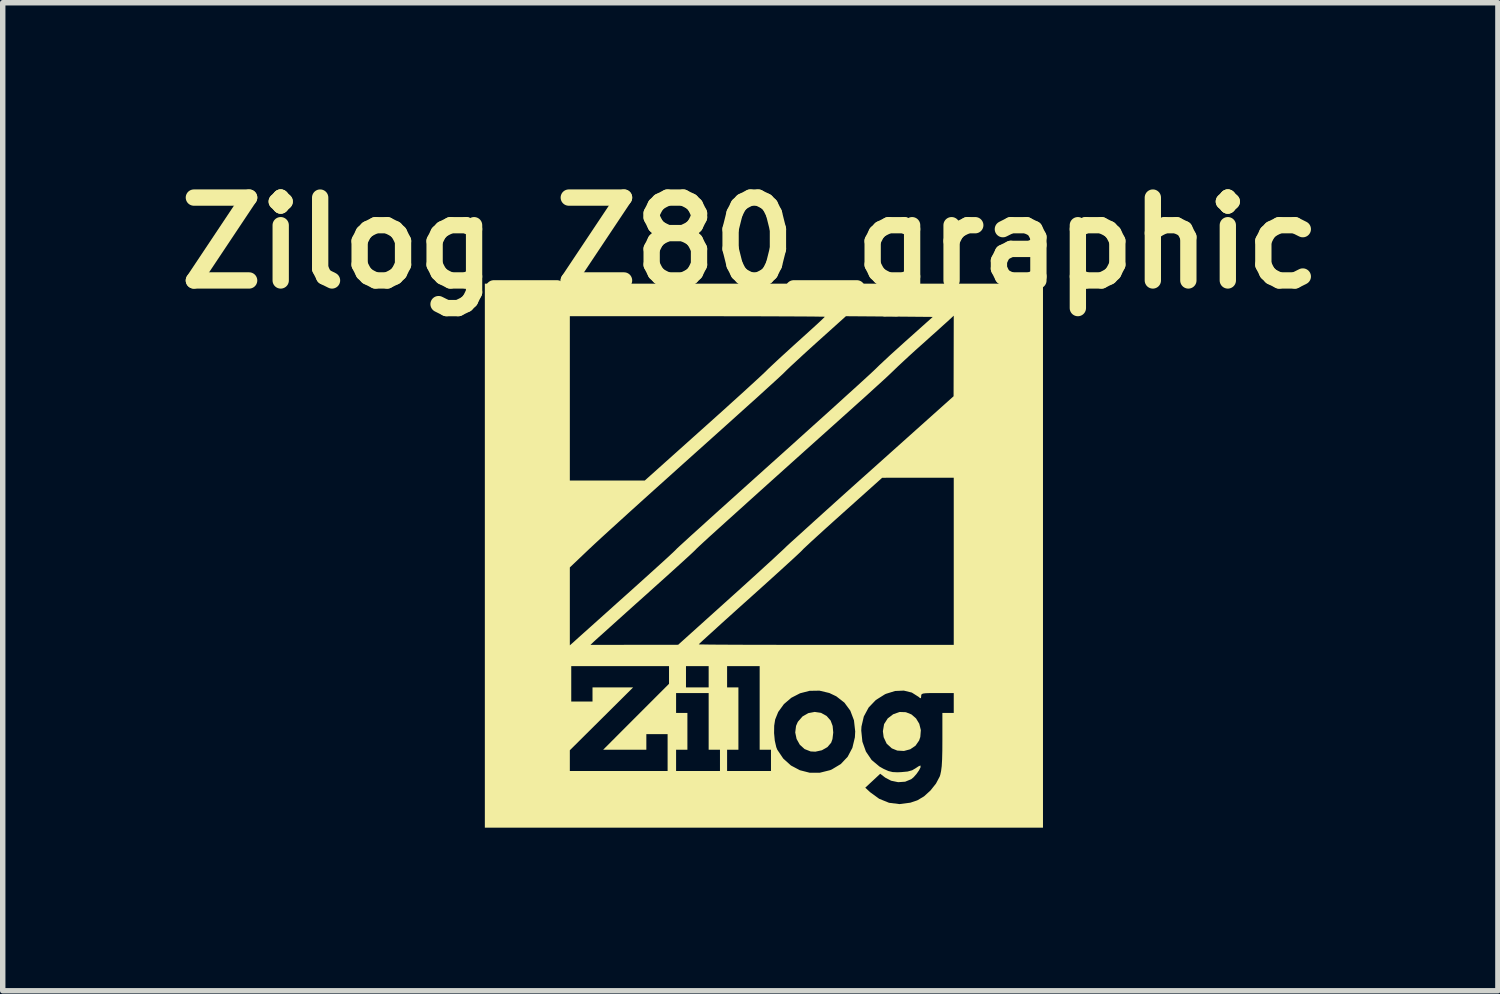
<source format=kicad_pcb>
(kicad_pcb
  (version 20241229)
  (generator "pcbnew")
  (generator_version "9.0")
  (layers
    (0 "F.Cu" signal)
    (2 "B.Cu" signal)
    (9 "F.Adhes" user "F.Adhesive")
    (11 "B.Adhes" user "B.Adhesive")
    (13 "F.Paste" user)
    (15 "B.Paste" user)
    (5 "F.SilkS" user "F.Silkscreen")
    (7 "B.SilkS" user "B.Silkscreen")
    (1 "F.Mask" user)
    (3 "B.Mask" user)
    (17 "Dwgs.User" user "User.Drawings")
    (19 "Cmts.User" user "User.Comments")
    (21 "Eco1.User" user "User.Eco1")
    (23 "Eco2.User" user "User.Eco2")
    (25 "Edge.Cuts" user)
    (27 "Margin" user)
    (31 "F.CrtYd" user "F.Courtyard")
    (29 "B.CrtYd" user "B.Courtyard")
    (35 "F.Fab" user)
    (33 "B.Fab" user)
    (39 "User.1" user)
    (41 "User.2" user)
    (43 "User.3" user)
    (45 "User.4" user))
  (footprint "Zilog_Z80_graphic"
    (layer "F.Cu")
    (at 10.998 7.168)
    (property "Reference" "Zilog_Z80_graphic" (at -0.25 -5.75 0) (layer "F.SilkS") (effects (font (size 1.524 1.524) (thickness 0.3))))
    (attr board_only exclude_from_pos_files exclude_from_bom)
    (fp_poly (pts (xy 2.61 2.879) (xy 2.713 2.92) (xy 2.798 2.994) (xy 2.857 3.092) (xy 2.886 3.208) (xy 2.876 3.335) (xy 2.854 3.4) (xy 2.788 3.495) (xy 2.691 3.561) (xy 2.575 3.592) (xy 2.453 3.585) (xy 2.352 3.544) (xy 2.257 3.457) (xy 2.202 3.339) (xy 2.188 3.229) (xy 2.21 3.098) (xy 2.277 2.993) (xy 2.377 2.917) (xy 2.496 2.875)) (stroke (width 0) (type solid)) (fill yes) (layer "F.SilkS"))
    (fp_poly (pts (xy 1.05 2.891) (xy 1.153 2.948) (xy 1.227 3.033) (xy 1.264 3.132) (xy 1.275 3.253) (xy 1.261 3.372) (xy 1.237 3.44) (xy 1.168 3.521) (xy 1.066 3.579) (xy 0.947 3.605) (xy 0.86 3.601) (xy 0.748 3.557) (xy 0.66 3.477) (xy 0.601 3.371) (xy 0.576 3.252) (xy 0.591 3.131) (xy 0.624 3.056) (xy 0.71 2.957) (xy 0.817 2.896) (xy 0.934 2.874)) (stroke (width 0) (type solid)) (fill yes) (layer "F.SilkS"))
    (fp_poly (pts (xy 5.132 5.002) (xy -5.132 5.002) (xy -5.132 3.96) (xy -3.569 3.96) (xy -1.771 3.96) (xy -1.615 3.96) (xy -0.808 3.96) (xy -0.677 3.96) (xy 0.13 3.96) (xy 0.13 3.569) (xy -0.078 3.569) (xy -0.078 3.264) (xy 0.187 3.264) (xy 0.2 3.402) (xy 0.227 3.521) (xy 0.246 3.569) (xy 0.356 3.732) (xy 0.497 3.859) (xy 0.661 3.946) (xy 0.841 3.992) (xy 1.029 3.992) (xy 1.217 3.945) (xy 1.248 3.932) (xy 1.413 3.833) (xy 1.54 3.699) (xy 1.627 3.534) (xy 1.673 3.341) (xy 1.679 3.23) (xy 1.677 3.216) (xy 1.79 3.216) (xy 1.811 3.421) (xy 1.876 3.603) (xy 1.981 3.758) (xy 2.126 3.879) (xy 2.202 3.922) (xy 2.29 3.961) (xy 2.367 3.98) (xy 2.456 3.984) (xy 2.526 3.981) (xy 2.643 3.97) (xy 2.726 3.947) (xy 2.788 3.911) (xy 2.842 3.875) (xy 2.876 3.86) (xy 2.88 3.861) (xy 2.88 3.894) (xy 2.852 3.949) (xy 2.806 4.015) (xy 2.753 4.075) (xy 2.709 4.111) (xy 2.598 4.157) (xy 2.469 4.166) (xy 2.339 4.139) (xy 2.231 4.082) (xy 2.139 4.011) (xy 2.002 4.139) (xy 1.864 4.267) (xy 1.953 4.35) (xy 2.119 4.471) (xy 2.301 4.545) (xy 2.494 4.569) (xy 2.693 4.543) (xy 2.821 4.5) (xy 2.944 4.427) (xy 3.063 4.319) (xy 3.164 4.192) (xy 3.233 4.062) (xy 3.243 4.032) (xy 3.258 3.962) (xy 3.27 3.87) (xy 3.277 3.748) (xy 3.281 3.588) (xy 3.282 3.395) (xy 3.282 2.892) (xy 3.491 2.892) (xy 3.491 2.527) (xy 3.191 2.527) (xy 3.063 2.527) (xy 2.977 2.53) (xy 2.927 2.536) (xy 2.901 2.548) (xy 2.893 2.566) (xy 2.892 2.583) (xy 2.888 2.622) (xy 2.868 2.617) (xy 2.845 2.597) (xy 2.72 2.518) (xy 2.573 2.482) (xy 2.412 2.489) (xy 2.245 2.541) (xy 2.227 2.549) (xy 2.058 2.655) (xy 1.926 2.793) (xy 1.837 2.958) (xy 1.794 3.143) (xy 1.79 3.216) (xy 1.677 3.216) (xy 1.656 3.028) (xy 1.589 2.851) (xy 1.48 2.703) (xy 1.331 2.587) (xy 1.203 2.526) (xy 1.022 2.483) (xy 0.84 2.486) (xy 0.665 2.531) (xy 0.504 2.614) (xy 0.368 2.73) (xy 0.263 2.875) (xy 0.207 3.013) (xy 0.189 3.128) (xy 0.187 3.264) (xy -0.078 3.264) (xy -0.078 2.032) (xy -0.677 2.032) (xy -0.677 2.423) (xy -0.469 2.423) (xy -0.469 3.569) (xy -0.677 3.569) (xy -0.677 3.96) (xy -0.808 3.96) (xy -0.808 3.569) (xy -1.016 3.569) (xy -1.016 2.527) (xy -1.615 2.527) (xy -1.615 2.892) (xy -1.407 2.892) (xy -1.407 3.569) (xy -1.615 3.569) (xy -1.615 3.96) (xy -1.771 3.96) (xy -1.771 3.282) (xy -2.162 3.282) (xy -2.162 3.569) (xy -2.956 3.569) (xy -2.351 2.963) (xy -1.811 2.423) (xy -1.433 2.423) (xy -1.016 2.423) (xy -1.016 2.032) (xy -1.433 2.032) (xy -1.433 2.423) (xy -1.811 2.423) (xy -1.745 2.357) (xy -1.745 2.032) (xy -3.543 2.032) (xy -3.543 2.683) (xy -3.152 2.683) (xy -3.152 2.423) (xy -2.405 2.423) (xy -2.987 3.001) (xy -3.569 3.579) (xy -3.569 3.96) (xy -5.132 3.96) (xy -5.132 1.65) (xy -3.569 1.65) (xy -3.559 1.641) (xy -3.19 1.641) (xy -1.576 1.639) (xy -1.568 1.631) (xy -1.198 1.631) (xy -1.173 1.633) (xy -1.099 1.634) (xy -0.98 1.636) (xy -0.821 1.637) (xy -0.624 1.638) (xy -0.393 1.639) (xy -0.132 1.64) (xy 0.155 1.64) (xy 0.465 1.641) (xy 0.794 1.641) (xy 1.138 1.641) (xy 3.491 1.641) (xy 3.491 -1.433) (xy 2.175 -1.432) (xy 1.446 -0.779) (xy 1.281 -0.631) (xy 1.129 -0.494) (xy 0.994 -0.371) (xy 0.88 -0.267) (xy 0.792 -0.185) (xy 0.733 -0.13) (xy 0.709 -0.105) (xy 0.708 -0.104) (xy 0.688 -0.083) (xy 0.632 -0.03) (xy 0.546 0.05) (xy 0.431 0.155) (xy 0.293 0.281) (xy 0.135 0.424) (xy -0.04 0.582) (xy -0.227 0.75) (xy -0.249 0.77) (xy -0.437 0.938) (xy -0.612 1.096) (xy -0.772 1.24) (xy -0.911 1.367) (xy -1.028 1.473) (xy -1.117 1.554) (xy -1.175 1.608) (xy -1.198 1.631) (xy -1.198 1.631) (xy -1.568 1.631) (xy -0.674 0.826) (xy -0.484 0.655) (xy -0.302 0.49) (xy -0.132 0.336) (xy 0.022 0.195) (xy 0.155 0.074) (xy 0.261 -0.025) (xy 0.338 -0.096) (xy 0.374 -0.13) (xy 0.416 -0.171) (xy 0.494 -0.243) (xy 0.605 -0.343) (xy 0.744 -0.469) (xy 0.908 -0.618) (xy 1.094 -0.786) (xy 1.299 -0.971) (xy 1.519 -1.169) (xy 1.751 -1.377) (xy 1.992 -1.592) (xy 2.003 -1.602) (xy 3.488 -2.931) (xy 3.491 -4.413) (xy 3.406 -4.334) (xy 3.361 -4.293) (xy 3.284 -4.224) (xy 3.184 -4.133) (xy 3.066 -4.028) (xy 2.94 -3.914) (xy 2.918 -3.895) (xy 2.787 -3.778) (xy 2.662 -3.664) (xy 2.551 -3.561) (xy 2.461 -3.477) (xy 2.401 -3.419) (xy 2.397 -3.415) (xy 2.35 -3.37) (xy 2.271 -3.295) (xy 2.162 -3.195) (xy 2.03 -3.075) (xy 1.881 -2.939) (xy 1.718 -2.793) (xy 1.55 -2.642) (xy 1.122 -2.258) (xy 0.731 -1.908) (xy 0.378 -1.591) (xy 0.062 -1.307) (xy -0.218 -1.055) (xy -0.463 -0.834) (xy -0.674 -0.644) (xy -0.851 -0.484) (xy -0.995 -0.354) (xy -1.106 -0.252) (xy -1.186 -0.178) (xy -1.235 -0.132) (xy -1.254 -0.112) (xy -1.254 -0.112) (xy -1.275 -0.091) (xy -1.331 -0.038) (xy -1.418 0.042) (xy -1.532 0.146) (xy -1.669 0.27) (xy -1.826 0.412) (xy -1.999 0.567) (xy -2.162 0.714) (xy -2.348 0.88) (xy -2.523 1.037) (xy -2.684 1.182) (xy -2.826 1.31) (xy -2.946 1.418) (xy -3.039 1.501) (xy -3.101 1.557) (xy -3.126 1.58) (xy -3.19 1.641) (xy -3.559 1.641) (xy -3.51 1.598) (xy -3.479 1.57) (xy -3.414 1.511) (xy -3.318 1.425) (xy -3.195 1.315) (xy -3.05 1.185) (xy -2.887 1.039) (xy -2.71 0.88) (xy -2.54 0.728) (xy -2.356 0.563) (xy -2.183 0.407) (xy -2.027 0.266) (xy -1.89 0.142) (xy -1.777 0.039) (xy -1.692 -0.04) (xy -1.638 -0.091) (xy -1.619 -0.11) (xy -1.599 -0.131) (xy -1.543 -0.183) (xy -1.453 -0.265) (xy -1.333 -0.375) (xy -1.184 -0.509) (xy -1.011 -0.666) (xy -0.816 -0.842) (xy -0.6 -1.036) (xy -0.368 -1.245) (xy -0.122 -1.466) (xy 0.135 -1.697) (xy 0.152 -1.712) (xy 0.414 -1.947) (xy 0.667 -2.175) (xy 0.909 -2.393) (xy 1.136 -2.597) (xy 1.345 -2.786) (xy 1.533 -2.957) (xy 1.698 -3.106) (xy 1.836 -3.232) (xy 1.944 -3.331) (xy 2.019 -3.401) (xy 2.058 -3.438) (xy 2.12 -3.499) (xy 2.213 -3.586) (xy 2.329 -3.694) (xy 2.461 -3.813) (xy 2.599 -3.938) (xy 2.653 -3.986) (xy 3.105 -4.39) (xy 2.306 -4.397) (xy 1.508 -4.403) (xy 0.995 -3.942) (xy 0.851 -3.812) (xy 0.715 -3.688) (xy 0.593 -3.575) (xy 0.49 -3.48) (xy 0.415 -3.408) (xy 0.378 -3.371) (xy 0.342 -3.336) (xy 0.271 -3.27) (xy 0.167 -3.175) (xy 0.034 -3.054) (xy -0.125 -2.909) (xy -0.308 -2.745) (xy -0.51 -2.563) (xy -0.729 -2.366) (xy -0.961 -2.158) (xy -1.203 -1.941) (xy -1.277 -1.875) (xy -1.53 -1.648) (xy -1.779 -1.424) (xy -2.022 -1.206) (xy -2.254 -0.997) (xy -2.471 -0.801) (xy -2.668 -0.622) (xy -2.843 -0.463) (xy -2.992 -0.327) (xy -3.109 -0.219) (xy -3.192 -0.141) (xy -3.198 -0.136) (xy -3.569 0.217) (xy -3.569 1.65) (xy -5.132 1.65) (xy -5.132 -1.381) (xy -3.569 -1.381) (xy -2.191 -1.381) (xy -1.141 -2.321) (xy -0.939 -2.502) (xy -0.744 -2.677) (xy -0.563 -2.841) (xy -0.398 -2.99) (xy -0.254 -3.122) (xy -0.135 -3.231) (xy -0.044 -3.315) (xy 0.013 -3.369) (xy 0.027 -3.382) (xy 0.079 -3.434) (xy 0.164 -3.514) (xy 0.273 -3.616) (xy 0.4 -3.732) (xy 0.538 -3.858) (xy 0.632 -3.943) (xy 0.765 -4.063) (xy 0.885 -4.172) (xy 0.985 -4.263) (xy 1.061 -4.334) (xy 1.107 -4.379) (xy 1.12 -4.392) (xy 1.095 -4.394) (xy 1.021 -4.395) (xy 0.902 -4.397) (xy 0.743 -4.398) (xy 0.546 -4.399) (xy 0.315 -4.4) (xy 0.054 -4.401) (xy -0.233 -4.402) (xy -0.543 -4.402) (xy -0.872 -4.403) (xy -1.216 -4.403) (xy -3.569 -4.403) (xy -3.569 -1.381) (xy -5.132 -1.381) (xy -5.132 -5.002) (xy 5.132 -5.002)) (stroke (width 0) (type solid)) (fill yes) (layer "F.SilkS")))
  (gr_rect
    (start -3 -3)
    (end 24.496 15.17)
    (stroke (width 0.1) (type default))
    (fill no)
    (layer "Edge.Cuts")))
</source>
